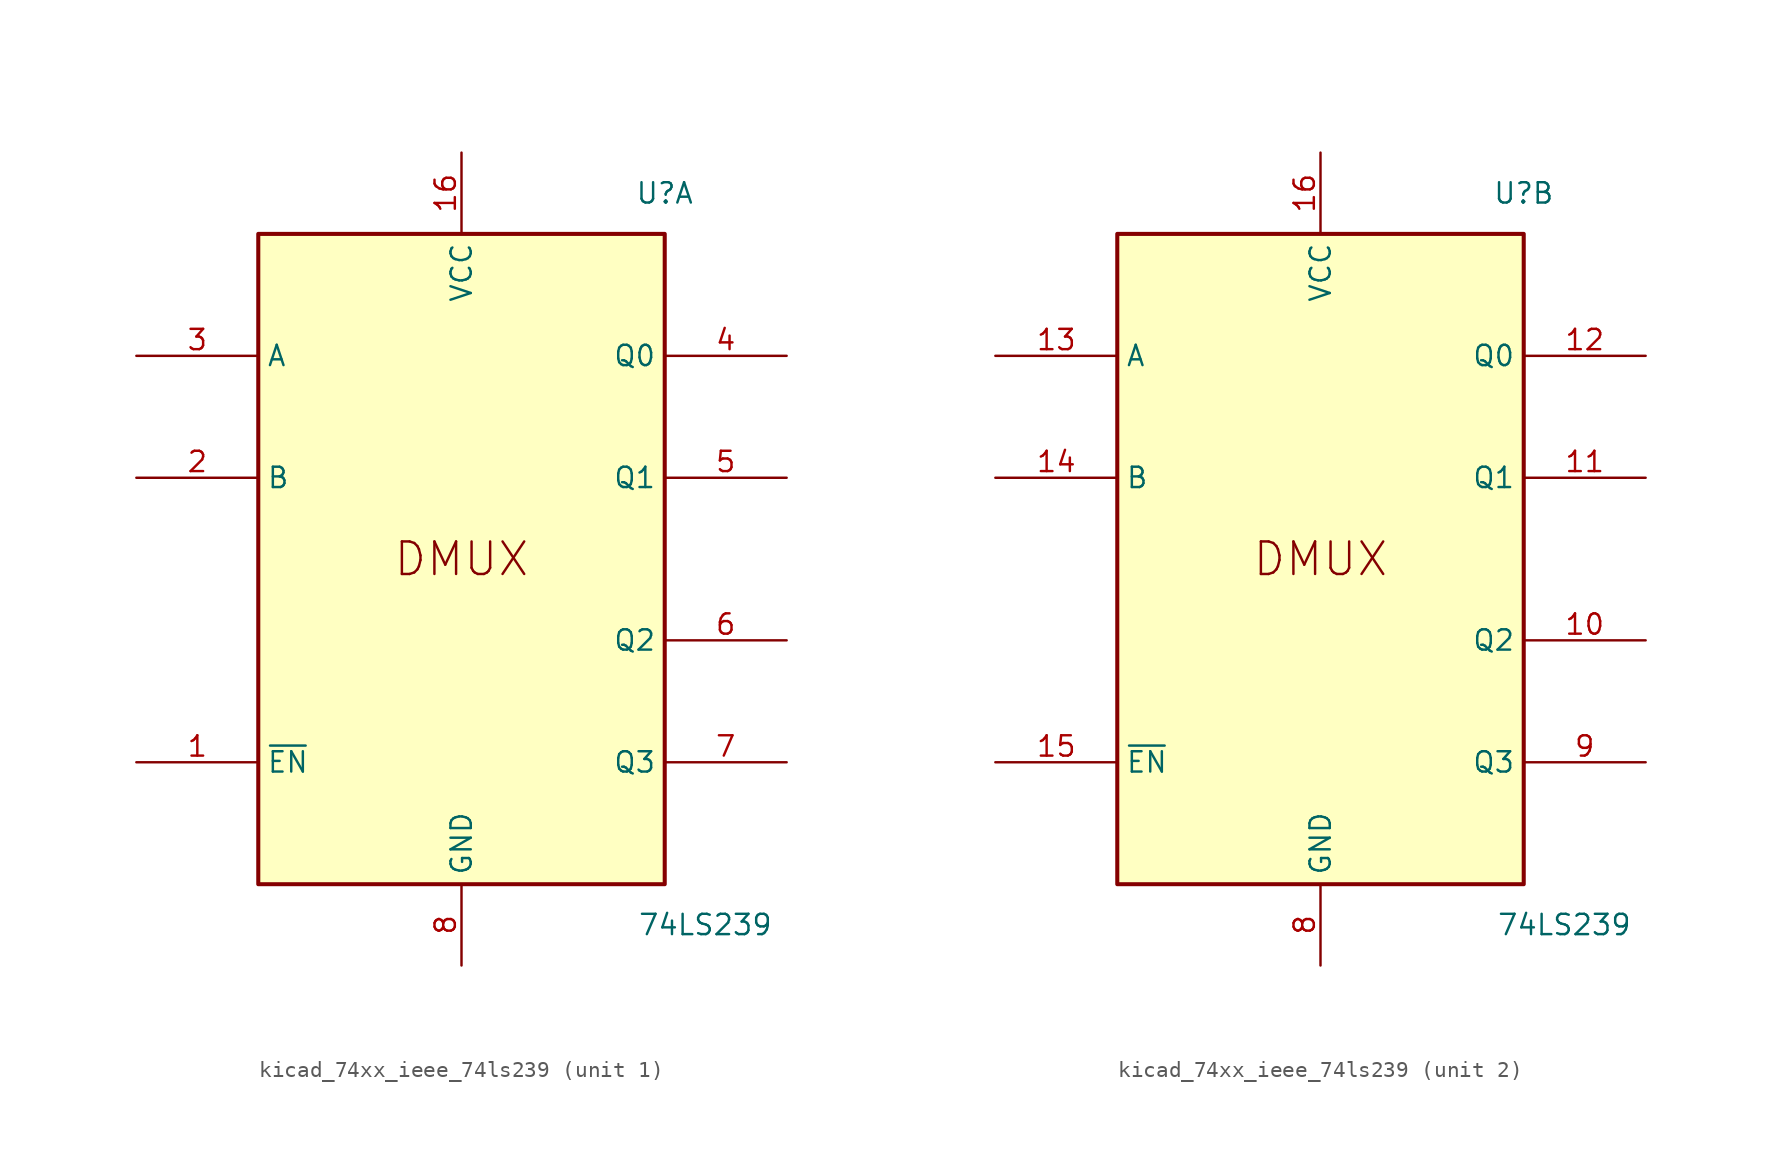
<source format=kicad_sym>
(kicad_symbol_lib
  (version 20220914)
  (generator kicad_symbol_editor)
  (symbol "kicad_74xx_ieee_74ls239"
    (property "Reference" "U"
      (at 12.7 22.86 0)
      (effects (font (size 1.27 1.27))))
    (property "Value" "74LS239"
      (at 15.24 -22.86 0)
      (effects (font (size 1.27 1.27))))
    (symbol "kicad_74xx_ieee_74ls239_0_0"
      (rectangle (start -12.7 20.32) (end 12.7 -20.32) (stroke (width 0.254) (type default)) (fill (type background)))
      (text "DMUX" (at 0 0 0) (effects (font (size 2.032 2.032))))
      (pin power_in line (at 0 25.4 270) (length 5.08) (name "VCC" (effects (font (size 1.27 1.27)))) (number "16" (effects (font (size 1.27 1.27)))))
      (pin power_in line (at 0 -25.4 90) (length 5.08) (name "GND" (effects (font (size 1.27 1.27)))) (number "8" (effects (font (size 1.27 1.27))))))
    (symbol "kicad_74xx_ieee_74ls239_1_1"
      (pin input line (at -20.32 -12.7 0) (length 7.62) (name "~{EN}" (effects (font (size 1.27 1.27)))) (number "1" (effects (font (size 1.27 1.27)))))
      (pin input line (at -20.32 5.08 0) (length 7.62) (name "B" (effects (font (size 1.27 1.27)))) (number "2" (effects (font (size 1.27 1.27)))))
      (pin input line (at -20.32 12.7 0) (length 7.62) (name "A" (effects (font (size 1.27 1.27)))) (number "3" (effects (font (size 1.27 1.27)))))
      (pin output line (at 20.32 12.7 180) (length 7.62) (name "Q0" (effects (font (size 1.27 1.27)))) (number "4" (effects (font (size 1.27 1.27)))))
      (pin output line (at 20.32 5.08 180) (length 7.62) (name "Q1" (effects (font (size 1.27 1.27)))) (number "5" (effects (font (size 1.27 1.27)))))
      (pin output line (at 20.32 -5.08 180) (length 7.62) (name "Q2" (effects (font (size 1.27 1.27)))) (number "6" (effects (font (size 1.27 1.27)))))
      (pin output line (at 20.32 -12.7 180) (length 7.62) (name "Q3" (effects (font (size 1.27 1.27)))) (number "7" (effects (font (size 1.27 1.27))))))
    (symbol "kicad_74xx_ieee_74ls239_2_1"
      (pin output line (at 20.32 -5.08 180) (length 7.62) (name "Q2" (effects (font (size 1.27 1.27)))) (number "10" (effects (font (size 1.27 1.27)))))
      (pin output line (at 20.32 5.08 180) (length 7.62) (name "Q1" (effects (font (size 1.27 1.27)))) (number "11" (effects (font (size 1.27 1.27)))))
      (pin output line (at 20.32 12.7 180) (length 7.62) (name "Q0" (effects (font (size 1.27 1.27)))) (number "12" (effects (font (size 1.27 1.27)))))
      (pin input line (at -20.32 12.7 0) (length 7.62) (name "A" (effects (font (size 1.27 1.27)))) (number "13" (effects (font (size 1.27 1.27)))))
      (pin input line (at -20.32 5.08 0) (length 7.62) (name "B" (effects (font (size 1.27 1.27)))) (number "14" (effects (font (size 1.27 1.27)))))
      (pin input line (at -20.32 -12.7 0) (length 7.62) (name "~{EN}" (effects (font (size 1.27 1.27)))) (number "15" (effects (font (size 1.27 1.27)))))
      (pin output line (at 20.32 -12.7 180) (length 7.62) (name "Q3" (effects (font (size 1.27 1.27)))) (number "9" (effects (font (size 1.27 1.27))))))))
</source>
